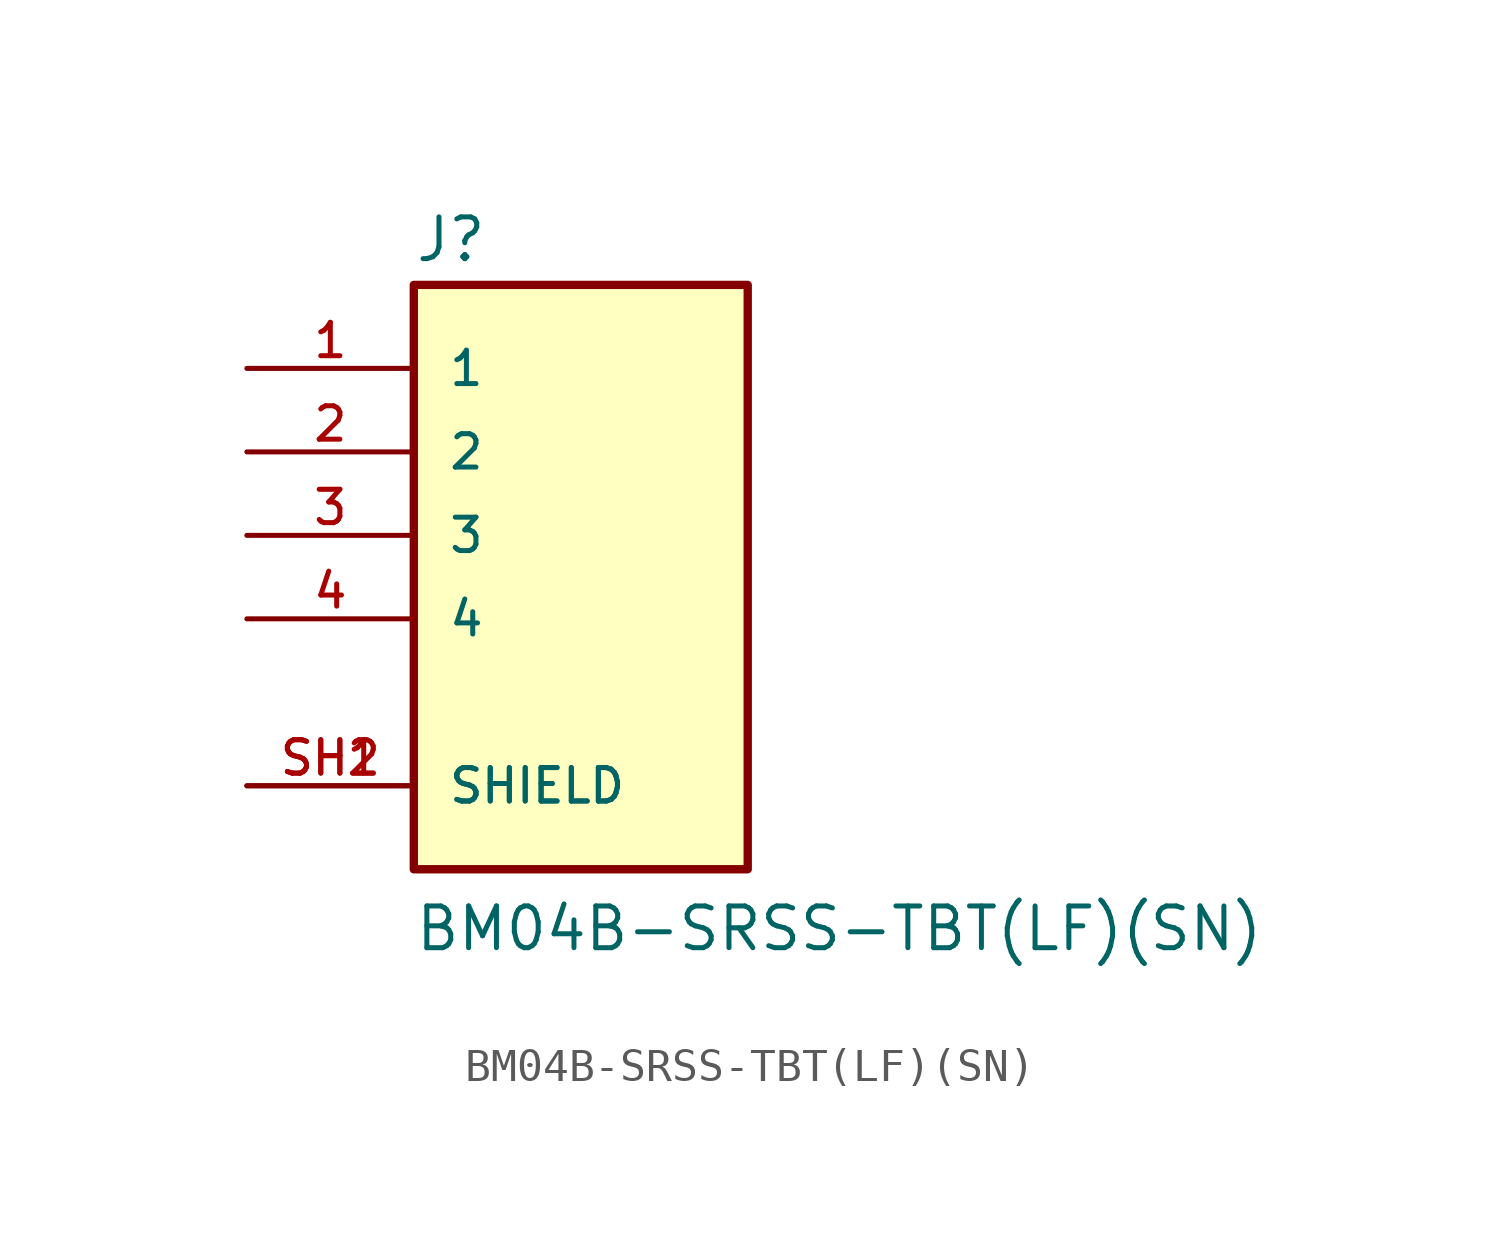
<source format=kicad_sym>
(kicad_symbol_lib
  (version 20211014)
  (generator kicad_symbol_editor)
  (symbol "BM04B-SRSS-TBT(LF)(SN)"
    (pin_names
      (offset 1.016))
    (property "Reference" "J"
      (at -5.08 10.796 0)
      (effects (font (size 1.27 1.27)) (justify bottom left)))
    (property "Value" "BM04B-SRSS-TBT(LF)(SN)"
      (at -5.085 -10.169 0)
      (effects (font (size 1.27 1.27)) (justify bottom left)))
    (symbol "BM04B-SRSS-TBT(LF)(SN)_0_0"
      (rectangle (start -5.08 -7.62) (end 5.08 10.16) (stroke (width 0.254)) (fill (type background)))
      (pin passive line (at -10.16 7.62 0) (length 5.08) (name "1" (effects (font (size 1.016 1.016)))) (number "1" (effects (font (size 1.016 1.016)))))
      (pin passive line (at -10.16 5.08 0) (length 5.08) (name "2" (effects (font (size 1.016 1.016)))) (number "2" (effects (font (size 1.016 1.016)))))
      (pin passive line (at -10.16 2.54 0) (length 5.08) (name "3" (effects (font (size 1.016 1.016)))) (number "3" (effects (font (size 1.016 1.016)))))
      (pin passive line (at -10.16 0.0 0) (length 5.08) (name "4" (effects (font (size 1.016 1.016)))) (number "4" (effects (font (size 1.016 1.016)))))
      (pin passive line (at -10.16 -5.08 0) (length 5.08) (name "SHIELD" (effects (font (size 1.016 1.016)))) (number "SH1" (effects (font (size 1.016 1.016)))))
      (pin passive line (at -10.16 -5.08 0) (length 5.08) (name "SHIELD" (effects (font (size 1.016 1.016)))) (number "SH2" (effects (font (size 1.016 1.016))))))))
</source>
